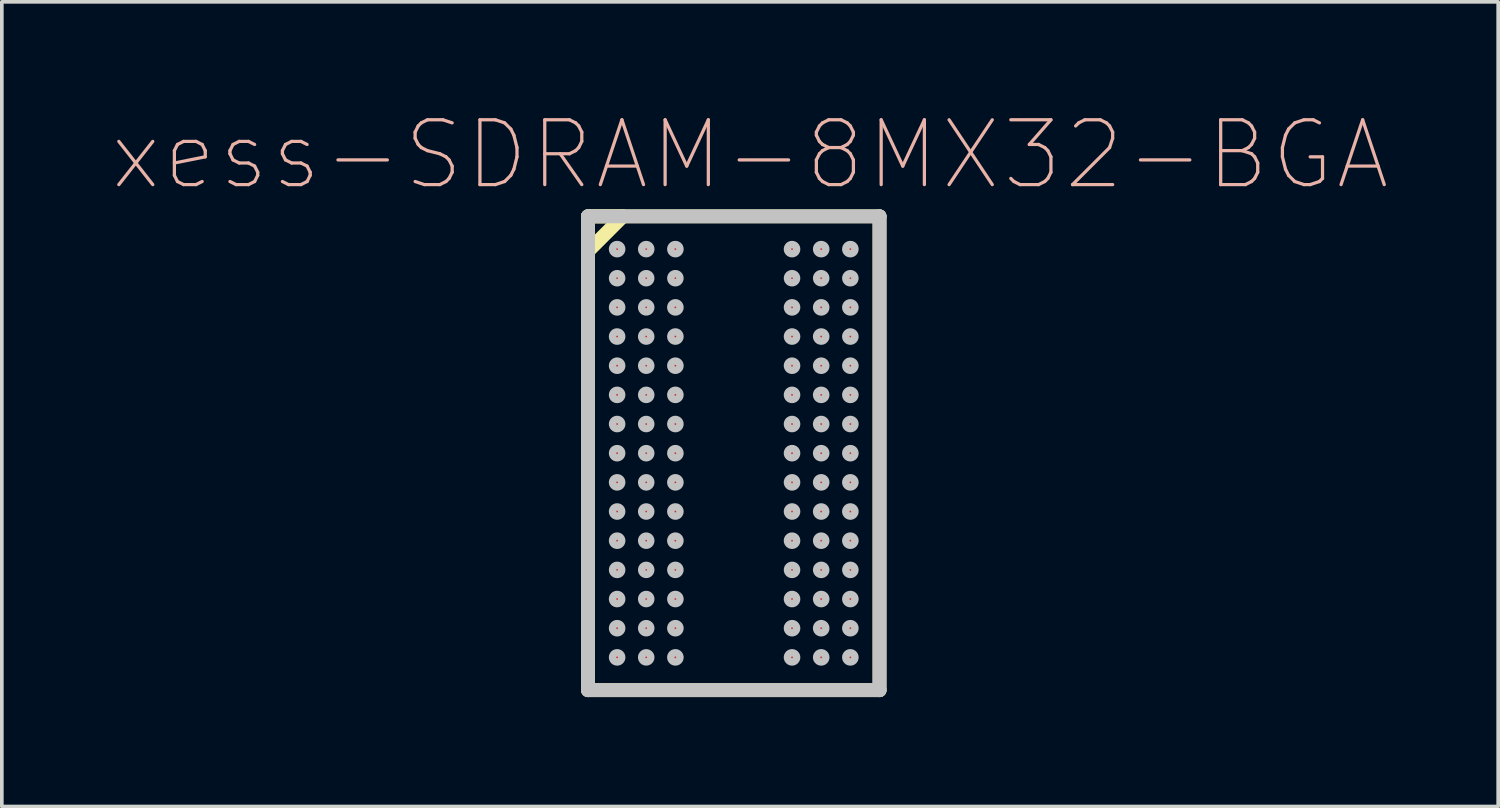
<source format=kicad_pcb>
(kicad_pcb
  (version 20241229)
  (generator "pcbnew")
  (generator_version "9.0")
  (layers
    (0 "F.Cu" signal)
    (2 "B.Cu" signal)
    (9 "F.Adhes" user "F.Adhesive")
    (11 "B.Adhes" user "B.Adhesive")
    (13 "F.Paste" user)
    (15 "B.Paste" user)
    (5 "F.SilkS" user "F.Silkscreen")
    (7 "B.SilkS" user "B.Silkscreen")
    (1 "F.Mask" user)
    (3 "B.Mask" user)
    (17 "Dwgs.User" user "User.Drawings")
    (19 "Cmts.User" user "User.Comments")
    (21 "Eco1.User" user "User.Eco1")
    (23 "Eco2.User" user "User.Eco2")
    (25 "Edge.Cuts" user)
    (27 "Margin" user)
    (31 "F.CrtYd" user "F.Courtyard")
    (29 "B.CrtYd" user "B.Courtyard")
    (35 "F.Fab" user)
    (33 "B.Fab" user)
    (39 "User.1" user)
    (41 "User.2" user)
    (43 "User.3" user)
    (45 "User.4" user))
  (footprint "xess-SDRAM-8MX32-BGA"
    (layer "F.Cu")
    (at 13.879 3.784)
    (property "Reference" "xess-SDRAM-8MX32-BGA" (at 3.645 -2.588 0) (layer "B.SilkS") (effects (font (size 1.778 1.778) (thickness 0.089))))
    (attr smd)
    (fp_line (start -0.798 -0.899) (end -0.798 0.058) (stroke (width 0.381) (type solid)) (layer "F.SilkS"))
    (fp_line (start -0.798 -0.899) (end 7.198 -0.899) (stroke (width 0.381) (type solid)) (layer "F.SilkS"))
    (fp_line (start -0.798 0.058) (end 0.157 -0.899) (stroke (width 0.381) (type solid)) (layer "F.SilkS"))
    (fp_line (start -0.798 12.098) (end -0.798 -0.899) (stroke (width 0.381) (type solid)) (layer "F.SilkS"))
    (fp_line (start 0.157 -0.899) (end -0.798 -0.899) (stroke (width 0.381) (type solid)) (layer "F.SilkS"))
    (fp_line (start 7.198 -0.899) (end 7.198 12.098) (stroke (width 0.381) (type solid)) (layer "F.SilkS"))
    (fp_line (start 7.198 12.098) (end -0.798 12.098) (stroke (width 0.381) (type solid)) (layer "F.SilkS"))
    (fp_line (start -0.798 -0.899) (end 7.198 -0.899) (stroke (width 0.381) (type solid)) (layer "Dwgs.User"))
    (fp_line (start -0.798 12.098) (end -0.798 -0.899) (stroke (width 0.381) (type solid)) (layer "Dwgs.User"))
    (fp_line (start 7.198 -0.899) (end 7.198 12.098) (stroke (width 0.381) (type solid)) (layer "Dwgs.User"))
    (fp_line (start 7.198 12.098) (end -0.798 12.098) (stroke (width 0.381) (type solid)) (layer "Dwgs.User"))
    (fp_circle (center 0 0) (end -0.089 0.089) (stroke (width 0.203) (type solid)) (fill no) (layer "Dwgs.User"))
    (fp_circle (center 0 0.798) (end -0.089 0.886) (stroke (width 0.203) (type solid)) (fill no) (layer "Dwgs.User"))
    (fp_circle (center 0 1.598) (end -0.089 1.687) (stroke (width 0.203) (type solid)) (fill no) (layer "Dwgs.User"))
    (fp_circle (center 0 2.398) (end -0.089 2.487) (stroke (width 0.203) (type solid)) (fill no) (layer "Dwgs.User"))
    (fp_circle (center 0 3.198) (end -0.089 3.287) (stroke (width 0.203) (type solid)) (fill no) (layer "Dwgs.User"))
    (fp_circle (center 0 3.998) (end -0.089 4.087) (stroke (width 0.203) (type solid)) (fill no) (layer "Dwgs.User"))
    (fp_circle (center 0 4.798) (end -0.089 4.887) (stroke (width 0.203) (type solid)) (fill no) (layer "Dwgs.User"))
    (fp_circle (center 0 5.598) (end -0.089 5.687) (stroke (width 0.203) (type solid)) (fill no) (layer "Dwgs.User"))
    (fp_circle (center 0 6.398) (end -0.089 6.487) (stroke (width 0.203) (type solid)) (fill no) (layer "Dwgs.User"))
    (fp_circle (center 0 7.198) (end -0.089 7.287) (stroke (width 0.203) (type solid)) (fill no) (layer "Dwgs.User"))
    (fp_circle (center 0 7.998) (end -0.089 8.087) (stroke (width 0.203) (type solid)) (fill no) (layer "Dwgs.User"))
    (fp_circle (center 0 8.799) (end -0.089 8.887) (stroke (width 0.203) (type solid)) (fill no) (layer "Dwgs.User"))
    (fp_circle (center 0 9.599) (end -0.089 9.688) (stroke (width 0.203) (type solid)) (fill no) (layer "Dwgs.User"))
    (fp_circle (center 0 10.399) (end -0.089 10.488) (stroke (width 0.203) (type solid)) (fill no) (layer "Dwgs.User"))
    (fp_circle (center 0 11.199) (end -0.089 11.288) (stroke (width 0.203) (type solid)) (fill no) (layer "Dwgs.User"))
    (fp_circle (center 0.798 0) (end 0.886 0.089) (stroke (width 0.203) (type solid)) (fill no) (layer "Dwgs.User"))
    (fp_circle (center 0.798 0.798) (end 0.886 0.886) (stroke (width 0.203) (type solid)) (fill no) (layer "Dwgs.User"))
    (fp_circle (center 0.798 1.598) (end 0.886 1.687) (stroke (width 0.203) (type solid)) (fill no) (layer "Dwgs.User"))
    (fp_circle (center 0.798 2.398) (end 0.886 2.487) (stroke (width 0.203) (type solid)) (fill no) (layer "Dwgs.User"))
    (fp_circle (center 0.798 3.198) (end 0.886 3.287) (stroke (width 0.203) (type solid)) (fill no) (layer "Dwgs.User"))
    (fp_circle (center 0.798 3.998) (end 0.886 4.087) (stroke (width 0.203) (type solid)) (fill no) (layer "Dwgs.User"))
    (fp_circle (center 0.798 4.798) (end 0.886 4.887) (stroke (width 0.203) (type solid)) (fill no) (layer "Dwgs.User"))
    (fp_circle (center 0.798 5.598) (end 0.886 5.687) (stroke (width 0.203) (type solid)) (fill no) (layer "Dwgs.User"))
    (fp_circle (center 0.798 6.398) (end 0.886 6.487) (stroke (width 0.203) (type solid)) (fill no) (layer "Dwgs.User"))
    (fp_circle (center 0.798 7.198) (end 0.886 7.287) (stroke (width 0.203) (type solid)) (fill no) (layer "Dwgs.User"))
    (fp_circle (center 0.798 7.998) (end 0.886 8.087) (stroke (width 0.203) (type solid)) (fill no) (layer "Dwgs.User"))
    (fp_circle (center 0.798 8.799) (end 0.886 8.887) (stroke (width 0.203) (type solid)) (fill no) (layer "Dwgs.User"))
    (fp_circle (center 0.798 9.599) (end 0.886 9.688) (stroke (width 0.203) (type solid)) (fill no) (layer "Dwgs.User"))
    (fp_circle (center 0.798 10.399) (end 0.886 10.488) (stroke (width 0.203) (type solid)) (fill no) (layer "Dwgs.User"))
    (fp_circle (center 0.798 11.199) (end 0.886 11.288) (stroke (width 0.203) (type solid)) (fill no) (layer "Dwgs.User"))
    (fp_circle (center 1.598 0) (end 1.687 0.089) (stroke (width 0.203) (type solid)) (fill no) (layer "Dwgs.User"))
    (fp_circle (center 1.598 0.798) (end 1.687 0.886) (stroke (width 0.203) (type solid)) (fill no) (layer "Dwgs.User"))
    (fp_circle (center 1.598 1.598) (end 1.687 1.687) (stroke (width 0.203) (type solid)) (fill no) (layer "Dwgs.User"))
    (fp_circle (center 1.598 2.398) (end 1.687 2.487) (stroke (width 0.203) (type solid)) (fill no) (layer "Dwgs.User"))
    (fp_circle (center 1.598 3.198) (end 1.687 3.287) (stroke (width 0.203) (type solid)) (fill no) (layer "Dwgs.User"))
    (fp_circle (center 1.598 3.998) (end 1.687 4.087) (stroke (width 0.203) (type solid)) (fill no) (layer "Dwgs.User"))
    (fp_circle (center 1.598 4.798) (end 1.687 4.887) (stroke (width 0.203) (type solid)) (fill no) (layer "Dwgs.User"))
    (fp_circle (center 1.598 5.598) (end 1.687 5.687) (stroke (width 0.203) (type solid)) (fill no) (layer "Dwgs.User"))
    (fp_circle (center 1.598 6.398) (end 1.687 6.487) (stroke (width 0.203) (type solid)) (fill no) (layer "Dwgs.User"))
    (fp_circle (center 1.598 7.198) (end 1.687 7.287) (stroke (width 0.203) (type solid)) (fill no) (layer "Dwgs.User"))
    (fp_circle (center 1.598 7.998) (end 1.687 8.087) (stroke (width 0.203) (type solid)) (fill no) (layer "Dwgs.User"))
    (fp_circle (center 1.598 8.799) (end 1.687 8.887) (stroke (width 0.203) (type solid)) (fill no) (layer "Dwgs.User"))
    (fp_circle (center 1.598 9.599) (end 1.687 9.688) (stroke (width 0.203) (type solid)) (fill no) (layer "Dwgs.User"))
    (fp_circle (center 1.598 10.399) (end 1.687 10.488) (stroke (width 0.203) (type solid)) (fill no) (layer "Dwgs.User"))
    (fp_circle (center 1.598 11.199) (end 1.687 11.288) (stroke (width 0.203) (type solid)) (fill no) (layer "Dwgs.User"))
    (fp_circle (center 4.798 0) (end 4.887 0.089) (stroke (width 0.203) (type solid)) (fill no) (layer "Dwgs.User"))
    (fp_circle (center 4.798 0.798) (end 4.887 0.886) (stroke (width 0.203) (type solid)) (fill no) (layer "Dwgs.User"))
    (fp_circle (center 4.798 1.598) (end 4.887 1.687) (stroke (width 0.203) (type solid)) (fill no) (layer "Dwgs.User"))
    (fp_circle (center 4.798 2.398) (end 4.887 2.487) (stroke (width 0.203) (type solid)) (fill no) (layer "Dwgs.User"))
    (fp_circle (center 4.798 3.198) (end 4.887 3.287) (stroke (width 0.203) (type solid)) (fill no) (layer "Dwgs.User"))
    (fp_circle (center 4.798 3.998) (end 4.887 4.087) (stroke (width 0.203) (type solid)) (fill no) (layer "Dwgs.User"))
    (fp_circle (center 4.798 4.798) (end 4.887 4.887) (stroke (width 0.203) (type solid)) (fill no) (layer "Dwgs.User"))
    (fp_circle (center 4.798 5.598) (end 4.887 5.687) (stroke (width 0.203) (type solid)) (fill no) (layer "Dwgs.User"))
    (fp_circle (center 4.798 6.398) (end 4.887 6.487) (stroke (width 0.203) (type solid)) (fill no) (layer "Dwgs.User"))
    (fp_circle (center 4.798 7.198) (end 4.887 7.287) (stroke (width 0.203) (type solid)) (fill no) (layer "Dwgs.User"))
    (fp_circle (center 4.798 7.998) (end 4.887 8.087) (stroke (width 0.203) (type solid)) (fill no) (layer "Dwgs.User"))
    (fp_circle (center 4.798 8.799) (end 4.887 8.887) (stroke (width 0.203) (type solid)) (fill no) (layer "Dwgs.User"))
    (fp_circle (center 4.798 9.599) (end 4.887 9.688) (stroke (width 0.203) (type solid)) (fill no) (layer "Dwgs.User"))
    (fp_circle (center 4.798 10.399) (end 4.887 10.488) (stroke (width 0.203) (type solid)) (fill no) (layer "Dwgs.User"))
    (fp_circle (center 4.798 11.199) (end 4.887 11.288) (stroke (width 0.203) (type solid)) (fill no) (layer "Dwgs.User"))
    (fp_circle (center 5.598 0) (end 5.687 0.089) (stroke (width 0.203) (type solid)) (fill no) (layer "Dwgs.User"))
    (fp_circle (center 5.598 0.798) (end 5.687 0.886) (stroke (width 0.203) (type solid)) (fill no) (layer "Dwgs.User"))
    (fp_circle (center 5.598 1.598) (end 5.687 1.687) (stroke (width 0.203) (type solid)) (fill no) (layer "Dwgs.User"))
    (fp_circle (center 5.598 2.398) (end 5.687 2.487) (stroke (width 0.203) (type solid)) (fill no) (layer "Dwgs.User"))
    (fp_circle (center 5.598 3.198) (end 5.687 3.287) (stroke (width 0.203) (type solid)) (fill no) (layer "Dwgs.User"))
    (fp_circle (center 5.598 3.998) (end 5.687 4.087) (stroke (width 0.203) (type solid)) (fill no) (layer "Dwgs.User"))
    (fp_circle (center 5.598 4.798) (end 5.687 4.887) (stroke (width 0.203) (type solid)) (fill no) (layer "Dwgs.User"))
    (fp_circle (center 5.598 5.598) (end 5.687 5.687) (stroke (width 0.203) (type solid)) (fill no) (layer "Dwgs.User"))
    (fp_circle (center 5.598 6.398) (end 5.687 6.487) (stroke (width 0.203) (type solid)) (fill no) (layer "Dwgs.User"))
    (fp_circle (center 5.598 7.198) (end 5.687 7.287) (stroke (width 0.203) (type solid)) (fill no) (layer "Dwgs.User"))
    (fp_circle (center 5.598 7.998) (end 5.687 8.087) (stroke (width 0.203) (type solid)) (fill no) (layer "Dwgs.User"))
    (fp_circle (center 5.598 8.799) (end 5.687 8.887) (stroke (width 0.203) (type solid)) (fill no) (layer "Dwgs.User"))
    (fp_circle (center 5.598 9.599) (end 5.687 9.688) (stroke (width 0.203) (type solid)) (fill no) (layer "Dwgs.User"))
    (fp_circle (center 5.598 10.399) (end 5.687 10.488) (stroke (width 0.203) (type solid)) (fill no) (layer "Dwgs.User"))
    (fp_circle (center 5.598 11.199) (end 5.687 11.288) (stroke (width 0.203) (type solid)) (fill no) (layer "Dwgs.User"))
    (fp_circle (center 6.398 0) (end 6.487 0.089) (stroke (width 0.203) (type solid)) (fill no) (layer "Dwgs.User"))
    (fp_circle (center 6.398 0.798) (end 6.487 0.886) (stroke (width 0.203) (type solid)) (fill no) (layer "Dwgs.User"))
    (fp_circle (center 6.398 1.598) (end 6.487 1.687) (stroke (width 0.203) (type solid)) (fill no) (layer "Dwgs.User"))
    (fp_circle (center 6.398 2.398) (end 6.487 2.487) (stroke (width 0.203) (type solid)) (fill no) (layer "Dwgs.User"))
    (fp_circle (center 6.398 3.198) (end 6.487 3.287) (stroke (width 0.203) (type solid)) (fill no) (layer "Dwgs.User"))
    (fp_circle (center 6.398 3.998) (end 6.487 4.087) (stroke (width 0.203) (type solid)) (fill no) (layer "Dwgs.User"))
    (fp_circle (center 6.398 4.798) (end 6.487 4.887) (stroke (width 0.203) (type solid)) (fill no) (layer "Dwgs.User"))
    (fp_circle (center 6.398 5.598) (end 6.487 5.687) (stroke (width 0.203) (type solid)) (fill no) (layer "Dwgs.User"))
    (fp_circle (center 6.398 6.398) (end 6.487 6.487) (stroke (width 0.203) (type solid)) (fill no) (layer "Dwgs.User"))
    (fp_circle (center 6.398 7.198) (end 6.487 7.287) (stroke (width 0.203) (type solid)) (fill no) (layer "Dwgs.User"))
    (fp_circle (center 6.398 7.998) (end 6.487 8.087) (stroke (width 0.203) (type solid)) (fill no) (layer "Dwgs.User"))
    (fp_circle (center 6.398 8.799) (end 6.487 8.887) (stroke (width 0.203) (type solid)) (fill no) (layer "Dwgs.User"))
    (fp_circle (center 6.398 9.599) (end 6.487 9.688) (stroke (width 0.203) (type solid)) (fill no) (layer "Dwgs.User"))
    (fp_circle (center 6.398 10.399) (end 6.487 10.488) (stroke (width 0.203) (type solid)) (fill no) (layer "Dwgs.User"))
    (fp_circle (center 6.398 11.199) (end 6.487 11.288) (stroke (width 0.203) (type solid)) (fill no) (layer "Dwgs.User"))
    (pad "A1" smd circle (at 0 0) (size 0.356 0.356) (layers "F.Cu" "F.Mask" "F.Paste"))
    (pad "A2" smd circle (at 0.798 0) (size 0.356 0.356) (layers "F.Cu" "F.Mask" "F.Paste"))
    (pad "A3" smd circle (at 1.598 0) (size 0.356 0.356) (layers "F.Cu" "F.Mask" "F.Paste"))
    (pad "A7" smd circle (at 4.798 0) (size 0.356 0.356) (layers "F.Cu" "F.Mask" "F.Paste"))
    (pad "A8" smd circle (at 5.598 0) (size 0.356 0.356) (layers "F.Cu" "F.Mask" "F.Paste"))
    (pad "A9" smd circle (at 6.398 0) (size 0.356 0.356) (layers "F.Cu" "F.Mask" "F.Paste"))
    (pad "B1" smd circle (at 0 0.798) (size 0.356 0.356) (layers "F.Cu" "F.Mask" "F.Paste"))
    (pad "B2" smd circle (at 0.798 0.798) (size 0.356 0.356) (layers "F.Cu" "F.Mask" "F.Paste"))
    (pad "B3" smd circle (at 1.598 0.798) (size 0.356 0.356) (layers "F.Cu" "F.Mask" "F.Paste"))
    (pad "B7" smd circle (at 4.798 0.798) (size 0.356 0.356) (layers "F.Cu" "F.Mask" "F.Paste"))
    (pad "B8" smd circle (at 5.598 0.798) (size 0.356 0.356) (layers "F.Cu" "F.Mask" "F.Paste"))
    (pad "B9" smd circle (at 6.398 0.798) (size 0.356 0.356) (layers "F.Cu" "F.Mask" "F.Paste"))
    (pad "C1" smd circle (at 0 1.598) (size 0.356 0.356) (layers "F.Cu" "F.Mask" "F.Paste"))
    (pad "C2" smd circle (at 0.798 1.598) (size 0.356 0.356) (layers "F.Cu" "F.Mask" "F.Paste"))
    (pad "C3" smd circle (at 1.598 1.598) (size 0.356 0.356) (layers "F.Cu" "F.Mask" "F.Paste"))
    (pad "C7" smd circle (at 4.798 1.598) (size 0.356 0.356) (layers "F.Cu" "F.Mask" "F.Paste"))
    (pad "C8" smd circle (at 5.598 1.598) (size 0.356 0.356) (layers "F.Cu" "F.Mask" "F.Paste"))
    (pad "C9" smd circle (at 6.398 1.598) (size 0.356 0.356) (layers "F.Cu" "F.Mask" "F.Paste"))
    (pad "D1" smd circle (at 0 2.398) (size 0.356 0.356) (layers "F.Cu" "F.Mask" "F.Paste"))
    (pad "D2" smd circle (at 0.798 2.398) (size 0.356 0.356) (layers "F.Cu" "F.Mask" "F.Paste"))
    (pad "D3" smd circle (at 1.598 2.398) (size 0.356 0.356) (layers "F.Cu" "F.Mask" "F.Paste"))
    (pad "D7" smd circle (at 4.798 2.398) (size 0.356 0.356) (layers "F.Cu" "F.Mask" "F.Paste"))
    (pad "D8" smd circle (at 5.598 2.398) (size 0.356 0.356) (layers "F.Cu" "F.Mask" "F.Paste"))
    (pad "D9" smd circle (at 6.398 2.398) (size 0.356 0.356) (layers "F.Cu" "F.Mask" "F.Paste"))
    (pad "E1" smd circle (at 0 3.198) (size 0.356 0.356) (layers "F.Cu" "F.Mask" "F.Paste"))
    (pad "E2" smd circle (at 0.798 3.198) (size 0.356 0.356) (layers "F.Cu" "F.Mask" "F.Paste"))
    (pad "E3" smd circle (at 1.598 3.198) (size 0.356 0.356) (layers "F.Cu" "F.Mask" "F.Paste"))
    (pad "E7" smd circle (at 4.798 3.198) (size 0.356 0.356) (layers "F.Cu" "F.Mask" "F.Paste"))
    (pad "E8" smd circle (at 5.598 3.198) (size 0.356 0.356) (layers "F.Cu" "F.Mask" "F.Paste"))
    (pad "E9" smd circle (at 6.398 3.198) (size 0.356 0.356) (layers "F.Cu" "F.Mask" "F.Paste"))
    (pad "F1" smd circle (at 0 3.998) (size 0.356 0.356) (layers "F.Cu" "F.Mask" "F.Paste"))
    (pad "F2" smd circle (at 0.798 3.998) (size 0.356 0.356) (layers "F.Cu" "F.Mask" "F.Paste"))
    (pad "F3" smd circle (at 1.598 3.998) (size 0.356 0.356) (layers "F.Cu" "F.Mask" "F.Paste"))
    (pad "F7" smd circle (at 4.798 3.998) (size 0.356 0.356) (layers "F.Cu" "F.Mask" "F.Paste"))
    (pad "F8" smd circle (at 5.598 3.998) (size 0.356 0.356) (layers "F.Cu" "F.Mask" "F.Paste"))
    (pad "F9" smd circle (at 6.398 3.998) (size 0.356 0.356) (layers "F.Cu" "F.Mask" "F.Paste"))
    (pad "G1" smd circle (at 0 4.798) (size 0.356 0.356) (layers "F.Cu" "F.Mask" "F.Paste"))
    (pad "G2" smd circle (at 0.798 4.798) (size 0.356 0.356) (layers "F.Cu" "F.Mask" "F.Paste"))
    (pad "G3" smd circle (at 1.598 4.798) (size 0.356 0.356) (layers "F.Cu" "F.Mask" "F.Paste"))
    (pad "G7" smd circle (at 4.798 4.798) (size 0.356 0.356) (layers "F.Cu" "F.Mask" "F.Paste"))
    (pad "G8" smd circle (at 5.598 4.798) (size 0.356 0.356) (layers "F.Cu" "F.Mask" "F.Paste"))
    (pad "G9" smd circle (at 6.398 4.798) (size 0.356 0.356) (layers "F.Cu" "F.Mask" "F.Paste"))
    (pad "H1" smd circle (at 0 5.598) (size 0.356 0.356) (layers "F.Cu" "F.Mask" "F.Paste"))
    (pad "H2" smd circle (at 0.798 5.598) (size 0.356 0.356) (layers "F.Cu" "F.Mask" "F.Paste"))
    (pad "H3" smd circle (at 1.598 5.598) (size 0.356 0.356) (layers "F.Cu" "F.Mask" "F.Paste"))
    (pad "H7" smd circle (at 4.798 5.598) (size 0.356 0.356) (layers "F.Cu" "F.Mask" "F.Paste"))
    (pad "H8" smd circle (at 5.598 5.598) (size 0.356 0.356) (layers "F.Cu" "F.Mask" "F.Paste"))
    (pad "H9" smd circle (at 6.398 5.598) (size 0.356 0.356) (layers "F.Cu" "F.Mask" "F.Paste"))
    (pad "J1" smd circle (at 0 6.398) (size 0.356 0.356) (layers "F.Cu" "F.Mask" "F.Paste"))
    (pad "J2" smd circle (at 0.798 6.398) (size 0.356 0.356) (layers "F.Cu" "F.Mask" "F.Paste"))
    (pad "J3" smd circle (at 1.598 6.398) (size 0.356 0.356) (layers "F.Cu" "F.Mask" "F.Paste"))
    (pad "J7" smd circle (at 4.798 6.398) (size 0.356 0.356) (layers "F.Cu" "F.Mask" "F.Paste"))
    (pad "J8" smd circle (at 5.598 6.398) (size 0.356 0.356) (layers "F.Cu" "F.Mask" "F.Paste"))
    (pad "J9" smd circle (at 6.398 6.398) (size 0.356 0.356) (layers "F.Cu" "F.Mask" "F.Paste"))
    (pad "K1" smd circle (at 0 7.198) (size 0.356 0.356) (layers "F.Cu" "F.Mask" "F.Paste"))
    (pad "K2" smd circle (at 0.798 7.198) (size 0.356 0.356) (layers "F.Cu" "F.Mask" "F.Paste"))
    (pad "K3" smd circle (at 1.598 7.198) (size 0.356 0.356) (layers "F.Cu" "F.Mask" "F.Paste"))
    (pad "K7" smd circle (at 4.798 7.198) (size 0.356 0.356) (layers "F.Cu" "F.Mask" "F.Paste"))
    (pad "K8" smd circle (at 5.598 7.198) (size 0.356 0.356) (layers "F.Cu" "F.Mask" "F.Paste"))
    (pad "K9" smd circle (at 6.398 7.198) (size 0.356 0.356) (layers "F.Cu" "F.Mask" "F.Paste"))
    (pad "L1" smd circle (at 0 7.998) (size 0.356 0.356) (layers "F.Cu" "F.Mask" "F.Paste"))
    (pad "L2" smd circle (at 0.798 7.998) (size 0.356 0.356) (layers "F.Cu" "F.Mask" "F.Paste"))
    (pad "L3" smd circle (at 1.598 7.998) (size 0.356 0.356) (layers "F.Cu" "F.Mask" "F.Paste"))
    (pad "L7" smd circle (at 4.798 7.998) (size 0.356 0.356) (layers "F.Cu" "F.Mask" "F.Paste"))
    (pad "L8" smd circle (at 5.598 7.998) (size 0.356 0.356) (layers "F.Cu" "F.Mask" "F.Paste"))
    (pad "L9" smd circle (at 6.398 7.998) (size 0.356 0.356) (layers "F.Cu" "F.Mask" "F.Paste"))
    (pad "M1" smd circle (at 0 8.799) (size 0.356 0.356) (layers "F.Cu" "F.Mask" "F.Paste"))
    (pad "M2" smd circle (at 0.798 8.799) (size 0.356 0.356) (layers "F.Cu" "F.Mask" "F.Paste"))
    (pad "M3" smd circle (at 1.598 8.799) (size 0.356 0.356) (layers "F.Cu" "F.Mask" "F.Paste"))
    (pad "M7" smd circle (at 4.798 8.799) (size 0.356 0.356) (layers "F.Cu" "F.Mask" "F.Paste"))
    (pad "M8" smd circle (at 5.598 8.799) (size 0.356 0.356) (layers "F.Cu" "F.Mask" "F.Paste"))
    (pad "M9" smd circle (at 6.398 8.799) (size 0.356 0.356) (layers "F.Cu" "F.Mask" "F.Paste"))
    (pad "N1" smd circle (at 0 9.599) (size 0.356 0.356) (layers "F.Cu" "F.Mask" "F.Paste"))
    (pad "N2" smd circle (at 0.798 9.599) (size 0.356 0.356) (layers "F.Cu" "F.Mask" "F.Paste"))
    (pad "N3" smd circle (at 1.598 9.599) (size 0.356 0.356) (layers "F.Cu" "F.Mask" "F.Paste"))
    (pad "N7" smd circle (at 4.798 9.599) (size 0.356 0.356) (layers "F.Cu" "F.Mask" "F.Paste"))
    (pad "N8" smd circle (at 5.598 9.599) (size 0.356 0.356) (layers "F.Cu" "F.Mask" "F.Paste"))
    (pad "N9" smd circle (at 6.398 9.599) (size 0.356 0.356) (layers "F.Cu" "F.Mask" "F.Paste"))
    (pad "P1" smd circle (at 0 10.399) (size 0.356 0.356) (layers "F.Cu" "F.Mask" "F.Paste"))
    (pad "P2" smd circle (at 0.798 10.399) (size 0.356 0.356) (layers "F.Cu" "F.Mask" "F.Paste"))
    (pad "P3" smd circle (at 1.598 10.399) (size 0.356 0.356) (layers "F.Cu" "F.Mask" "F.Paste"))
    (pad "P7" smd circle (at 4.798 10.399) (size 0.356 0.356) (layers "F.Cu" "F.Mask" "F.Paste"))
    (pad "P8" smd circle (at 5.598 10.399) (size 0.356 0.356) (layers "F.Cu" "F.Mask" "F.Paste"))
    (pad "P9" smd circle (at 6.398 10.399) (size 0.356 0.356) (layers "F.Cu" "F.Mask" "F.Paste"))
    (pad "R1" smd circle (at 0 11.199) (size 0.356 0.356) (layers "F.Cu" "F.Mask" "F.Paste"))
    (pad "R2" smd circle (at 0.798 11.199) (size 0.356 0.356) (layers "F.Cu" "F.Mask" "F.Paste"))
    (pad "R3" smd circle (at 1.598 11.199) (size 0.356 0.356) (layers "F.Cu" "F.Mask" "F.Paste"))
    (pad "R7" smd circle (at 4.798 11.199) (size 0.356 0.356) (layers "F.Cu" "F.Mask" "F.Paste"))
    (pad "R8" smd circle (at 5.598 11.199) (size 0.356 0.356) (layers "F.Cu" "F.Mask" "F.Paste"))
    (pad "R9" smd circle (at 6.398 11.199) (size 0.356 0.356) (layers "F.Cu" "F.Mask" "F.Paste")))
  (gr_rect
    (start -3 -3)
    (end 38.048 19.073)
    (stroke (width 0.1) (type default))
    (fill no)
    (layer "Edge.Cuts")))
</source>
